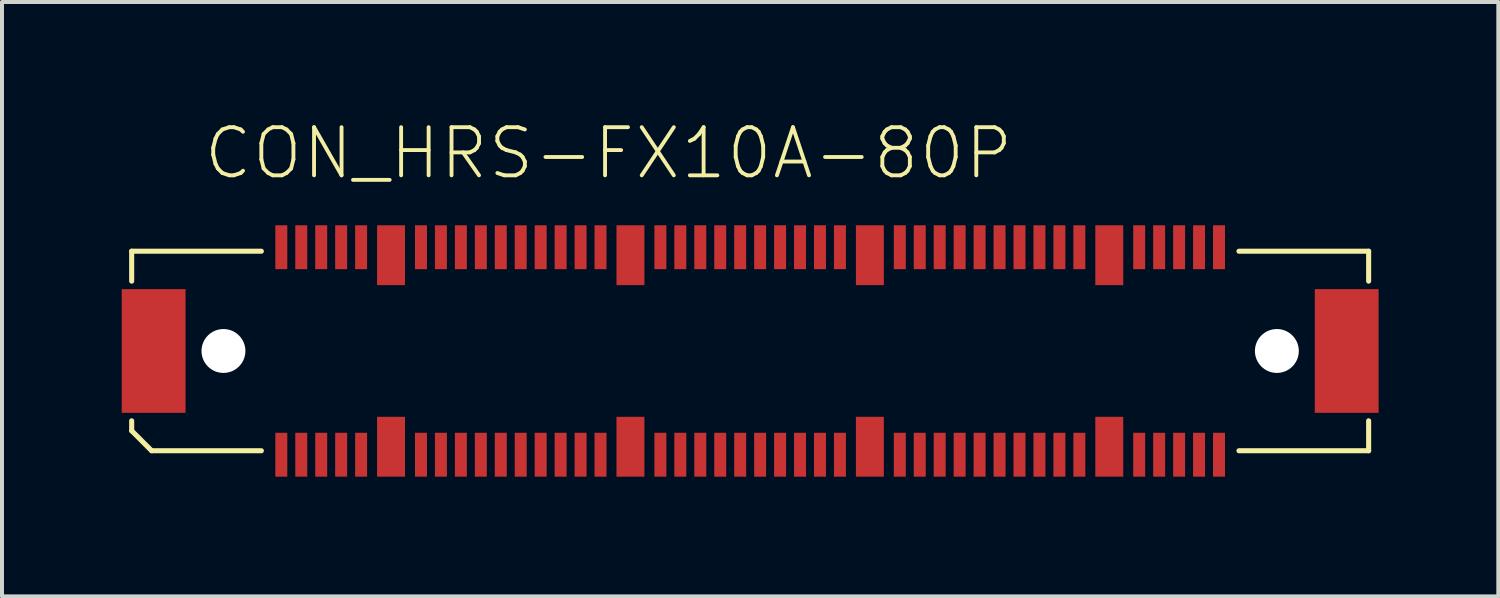
<source format=kicad_pcb>
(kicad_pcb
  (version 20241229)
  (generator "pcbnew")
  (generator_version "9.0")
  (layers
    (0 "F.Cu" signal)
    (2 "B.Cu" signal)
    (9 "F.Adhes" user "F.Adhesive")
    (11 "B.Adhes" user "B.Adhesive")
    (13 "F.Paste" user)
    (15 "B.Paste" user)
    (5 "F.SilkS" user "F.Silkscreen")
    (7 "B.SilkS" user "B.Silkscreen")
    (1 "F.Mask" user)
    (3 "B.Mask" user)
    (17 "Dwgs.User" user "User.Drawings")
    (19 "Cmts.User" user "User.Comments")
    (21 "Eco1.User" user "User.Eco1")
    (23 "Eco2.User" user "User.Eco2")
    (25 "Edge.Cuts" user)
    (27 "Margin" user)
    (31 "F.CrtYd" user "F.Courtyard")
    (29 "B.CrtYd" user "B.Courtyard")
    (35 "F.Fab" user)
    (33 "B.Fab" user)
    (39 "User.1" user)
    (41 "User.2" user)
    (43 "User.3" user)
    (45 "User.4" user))
  (footprint "CON_HRS-FX10A-80P"
    (layer "F.Cu")
    (at 15.75 5.746)
    (property "Reference" "CON_HRS-FX10A-80P" (at -13.75 -4.25 0) (layer "F.SilkS") (effects (font (size 1.206 1.206) (thickness 0.097)) (justify left bottom)))
    (attr through_hole)
    (fp_line (start -15.5 -1.75) (end -15.5 -2.5) (stroke (width 0.127) (type solid)) (layer "F.SilkS"))
    (fp_line (start -15.5 2) (end -15.5 1.75) (stroke (width 0.127) (type solid)) (layer "F.SilkS"))
    (fp_line (start -15 2.5) (end -15.5 2) (stroke (width 0.127) (type solid)) (layer "F.SilkS"))
    (fp_line (start -12.25 -2.5) (end -15.5 -2.5) (stroke (width 0.127) (type solid)) (layer "F.SilkS"))
    (fp_line (start -12.25 2.5) (end -15 2.5) (stroke (width 0.127) (type solid)) (layer "F.SilkS"))
    (fp_line (start 12.25 -2.5) (end 15.5 -2.5) (stroke (width 0.127) (type solid)) (layer "F.SilkS"))
    (fp_line (start 12.25 2.5) (end 15.5 2.5) (stroke (width 0.127) (type solid)) (layer "F.SilkS"))
    (fp_line (start 15.5 -2.5) (end 15.5 -1.75) (stroke (width 0.127) (type solid)) (layer "F.SilkS"))
    (fp_line (start 15.5 2.5) (end 15.5 1.75) (stroke (width 0.127) (type solid)) (layer "F.SilkS"))
    (pad "" np_thru_hole circle (at -13.2 0) (size 1.1 1.1) (drill 1.1) (layers "*.Cu" "*.Mask"))
    (pad "" np_thru_hole circle (at 13.2 0) (size 1.1 1.1) (drill 1.1) (layers "*.Cu" "*.Mask"))
    (pad "P$1" smd rect (at -11.75 2.6 90) (size 1.1 0.3) (layers "F.Cu" "F.Mask" "F.Paste"))
    (pad "P$2" smd rect (at -11.75 -2.6 90) (size 1.1 0.3) (layers "F.Cu" "F.Mask" "F.Paste"))
    (pad "P$3" smd rect (at -11.25 2.6 90) (size 1.1 0.3) (layers "F.Cu" "F.Mask" "F.Paste"))
    (pad "P$4" smd rect (at -11.25 -2.6 90) (size 1.1 0.3) (layers "F.Cu" "F.Mask" "F.Paste"))
    (pad "P$5" smd rect (at -10.75 2.6 90) (size 1.1 0.3) (layers "F.Cu" "F.Mask" "F.Paste"))
    (pad "P$6" smd rect (at -10.75 -2.6 90) (size 1.1 0.3) (layers "F.Cu" "F.Mask" "F.Paste"))
    (pad "P$7" smd rect (at -10.25 2.6 90) (size 1.1 0.3) (layers "F.Cu" "F.Mask" "F.Paste"))
    (pad "P$8" smd rect (at -10.25 -2.6 90) (size 1.1 0.3) (layers "F.Cu" "F.Mask" "F.Paste"))
    (pad "P$9" smd rect (at -9.75 2.6 90) (size 1.1 0.3) (layers "F.Cu" "F.Mask" "F.Paste"))
    (pad "P$10" smd rect (at -9.75 -2.6 90) (size 1.1 0.3) (layers "F.Cu" "F.Mask" "F.Paste"))
    (pad "P$11" smd rect (at -8.25 2.6 90) (size 1.1 0.3) (layers "F.Cu" "F.Mask" "F.Paste"))
    (pad "P$12" smd rect (at -8.25 -2.6 90) (size 1.1 0.3) (layers "F.Cu" "F.Mask" "F.Paste"))
    (pad "P$13" smd rect (at -7.75 2.6 90) (size 1.1 0.3) (layers "F.Cu" "F.Mask" "F.Paste"))
    (pad "P$14" smd rect (at -7.75 -2.6 90) (size 1.1 0.3) (layers "F.Cu" "F.Mask" "F.Paste"))
    (pad "P$15" smd rect (at -7.25 2.6 90) (size 1.1 0.3) (layers "F.Cu" "F.Mask" "F.Paste"))
    (pad "P$16" smd rect (at -7.25 -2.6 90) (size 1.1 0.3) (layers "F.Cu" "F.Mask" "F.Paste"))
    (pad "P$17" smd rect (at -6.75 2.6 90) (size 1.1 0.3) (layers "F.Cu" "F.Mask" "F.Paste"))
    (pad "P$18" smd rect (at -6.75 -2.6 90) (size 1.1 0.3) (layers "F.Cu" "F.Mask" "F.Paste"))
    (pad "P$19" smd rect (at -6.25 2.6 90) (size 1.1 0.3) (layers "F.Cu" "F.Mask" "F.Paste"))
    (pad "P$20" smd rect (at -6.25 -2.6 90) (size 1.1 0.3) (layers "F.Cu" "F.Mask" "F.Paste"))
    (pad "P$21" smd rect (at -5.75 2.6 90) (size 1.1 0.3) (layers "F.Cu" "F.Mask" "F.Paste"))
    (pad "P$22" smd rect (at -5.75 -2.6 90) (size 1.1 0.3) (layers "F.Cu" "F.Mask" "F.Paste"))
    (pad "P$23" smd rect (at -5.25 2.6 90) (size 1.1 0.3) (layers "F.Cu" "F.Mask" "F.Paste"))
    (pad "P$24" smd rect (at -5.25 -2.6 90) (size 1.1 0.3) (layers "F.Cu" "F.Mask" "F.Paste"))
    (pad "P$25" smd rect (at -4.75 2.6 90) (size 1.1 0.3) (layers "F.Cu" "F.Mask" "F.Paste"))
    (pad "P$26" smd rect (at -4.75 -2.6 90) (size 1.1 0.3) (layers "F.Cu" "F.Mask" "F.Paste"))
    (pad "P$27" smd rect (at -4.25 2.6 90) (size 1.1 0.3) (layers "F.Cu" "F.Mask" "F.Paste"))
    (pad "P$28" smd rect (at -4.25 -2.6 90) (size 1.1 0.3) (layers "F.Cu" "F.Mask" "F.Paste"))
    (pad "P$29" smd rect (at -3.75 2.6 90) (size 1.1 0.3) (layers "F.Cu" "F.Mask" "F.Paste"))
    (pad "P$30" smd rect (at -3.75 -2.6 90) (size 1.1 0.3) (layers "F.Cu" "F.Mask" "F.Paste"))
    (pad "P$31" smd rect (at -2.25 2.6 90) (size 1.1 0.3) (layers "F.Cu" "F.Mask" "F.Paste"))
    (pad "P$32" smd rect (at -2.25 -2.6 90) (size 1.1 0.3) (layers "F.Cu" "F.Mask" "F.Paste"))
    (pad "P$33" smd rect (at -1.75 2.6 90) (size 1.1 0.3) (layers "F.Cu" "F.Mask" "F.Paste"))
    (pad "P$34" smd rect (at -1.75 -2.6 90) (size 1.1 0.3) (layers "F.Cu" "F.Mask" "F.Paste"))
    (pad "P$35" smd rect (at -1.25 2.6 90) (size 1.1 0.3) (layers "F.Cu" "F.Mask" "F.Paste"))
    (pad "P$36" smd rect (at -1.25 -2.6 90) (size 1.1 0.3) (layers "F.Cu" "F.Mask" "F.Paste"))
    (pad "P$37" smd rect (at -0.75 2.6 90) (size 1.1 0.3) (layers "F.Cu" "F.Mask" "F.Paste"))
    (pad "P$38" smd rect (at -0.75 -2.6 90) (size 1.1 0.3) (layers "F.Cu" "F.Mask" "F.Paste"))
    (pad "P$39" smd rect (at -0.25 2.6 90) (size 1.1 0.3) (layers "F.Cu" "F.Mask" "F.Paste"))
    (pad "P$40" smd rect (at -0.25 -2.6 90) (size 1.1 0.3) (layers "F.Cu" "F.Mask" "F.Paste"))
    (pad "P$41" smd rect (at 0.25 2.6 90) (size 1.1 0.3) (layers "F.Cu" "F.Mask" "F.Paste"))
    (pad "P$42" smd rect (at 0.25 -2.6 90) (size 1.1 0.3) (layers "F.Cu" "F.Mask" "F.Paste"))
    (pad "P$43" smd rect (at 0.75 2.6 90) (size 1.1 0.3) (layers "F.Cu" "F.Mask" "F.Paste"))
    (pad "P$44" smd rect (at 0.75 -2.6 90) (size 1.1 0.3) (layers "F.Cu" "F.Mask" "F.Paste"))
    (pad "P$45" smd rect (at 1.25 2.6 90) (size 1.1 0.3) (layers "F.Cu" "F.Mask" "F.Paste"))
    (pad "P$46" smd rect (at 1.25 -2.6 90) (size 1.1 0.3) (layers "F.Cu" "F.Mask" "F.Paste"))
    (pad "P$47" smd rect (at 1.75 2.6 90) (size 1.1 0.3) (layers "F.Cu" "F.Mask" "F.Paste"))
    (pad "P$48" smd rect (at 1.75 -2.6 90) (size 1.1 0.3) (layers "F.Cu" "F.Mask" "F.Paste"))
    (pad "P$49" smd rect (at 2.25 2.6 90) (size 1.1 0.3) (layers "F.Cu" "F.Mask" "F.Paste"))
    (pad "P$50" smd rect (at 2.25 -2.6 90) (size 1.1 0.3) (layers "F.Cu" "F.Mask" "F.Paste"))
    (pad "P$51" smd rect (at 3.75 2.6 90) (size 1.1 0.3) (layers "F.Cu" "F.Mask" "F.Paste"))
    (pad "P$52" smd rect (at 3.75 -2.6 90) (size 1.1 0.3) (layers "F.Cu" "F.Mask" "F.Paste"))
    (pad "P$53" smd rect (at 4.25 2.6 90) (size 1.1 0.3) (layers "F.Cu" "F.Mask" "F.Paste"))
    (pad "P$54" smd rect (at 4.25 -2.6 90) (size 1.1 0.3) (layers "F.Cu" "F.Mask" "F.Paste"))
    (pad "P$55" smd rect (at 4.75 2.6 90) (size 1.1 0.3) (layers "F.Cu" "F.Mask" "F.Paste"))
    (pad "P$56" smd rect (at 4.75 -2.6 90) (size 1.1 0.3) (layers "F.Cu" "F.Mask" "F.Paste"))
    (pad "P$57" smd rect (at 5.25 2.6 90) (size 1.1 0.3) (layers "F.Cu" "F.Mask" "F.Paste"))
    (pad "P$58" smd rect (at 5.25 -2.6 90) (size 1.1 0.3) (layers "F.Cu" "F.Mask" "F.Paste"))
    (pad "P$59" smd rect (at 5.75 2.6 90) (size 1.1 0.3) (layers "F.Cu" "F.Mask" "F.Paste"))
    (pad "P$60" smd rect (at 5.75 -2.6 90) (size 1.1 0.3) (layers "F.Cu" "F.Mask" "F.Paste"))
    (pad "P$61" smd rect (at 6.25 2.6 90) (size 1.1 0.3) (layers "F.Cu" "F.Mask" "F.Paste"))
    (pad "P$62" smd rect (at 6.25 -2.6 90) (size 1.1 0.3) (layers "F.Cu" "F.Mask" "F.Paste"))
    (pad "P$63" smd rect (at 6.75 2.6 90) (size 1.1 0.3) (layers "F.Cu" "F.Mask" "F.Paste"))
    (pad "P$64" smd rect (at 6.75 -2.6 90) (size 1.1 0.3) (layers "F.Cu" "F.Mask" "F.Paste"))
    (pad "P$65" smd rect (at 7.25 2.6 90) (size 1.1 0.3) (layers "F.Cu" "F.Mask" "F.Paste"))
    (pad "P$66" smd rect (at 7.25 -2.6 90) (size 1.1 0.3) (layers "F.Cu" "F.Mask" "F.Paste"))
    (pad "P$67" smd rect (at 7.75 2.6 90) (size 1.1 0.3) (layers "F.Cu" "F.Mask" "F.Paste"))
    (pad "P$68" smd rect (at 7.75 -2.6 90) (size 1.1 0.3) (layers "F.Cu" "F.Mask" "F.Paste"))
    (pad "P$69" smd rect (at 8.25 2.6 90) (size 1.1 0.3) (layers "F.Cu" "F.Mask" "F.Paste"))
    (pad "P$70" smd rect (at 8.25 -2.6 90) (size 1.1 0.3) (layers "F.Cu" "F.Mask" "F.Paste"))
    (pad "P$71" smd rect (at 9.75 2.6 90) (size 1.1 0.3) (layers "F.Cu" "F.Mask" "F.Paste"))
    (pad "P$72" smd rect (at 9.75 -2.6 90) (size 1.1 0.3) (layers "F.Cu" "F.Mask" "F.Paste"))
    (pad "P$73" smd rect (at 10.25 2.6 90) (size 1.1 0.3) (layers "F.Cu" "F.Mask" "F.Paste"))
    (pad "P$74" smd rect (at 10.25 -2.6 90) (size 1.1 0.3) (layers "F.Cu" "F.Mask" "F.Paste"))
    (pad "P$75" smd rect (at 10.75 2.6 90) (size 1.1 0.3) (layers "F.Cu" "F.Mask" "F.Paste"))
    (pad "P$76" smd rect (at 10.75 -2.6 90) (size 1.1 0.3) (layers "F.Cu" "F.Mask" "F.Paste"))
    (pad "P$77" smd rect (at 11.25 2.6 90) (size 1.1 0.3) (layers "F.Cu" "F.Mask" "F.Paste"))
    (pad "P$78" smd rect (at 11.25 -2.6 90) (size 1.1 0.3) (layers "F.Cu" "F.Mask" "F.Paste"))
    (pad "P$79" smd rect (at 11.75 2.6 90) (size 1.1 0.3) (layers "F.Cu" "F.Mask" "F.Paste"))
    (pad "P$80" smd rect (at 11.75 -2.6 90) (size 1.1 0.3) (layers "F.Cu" "F.Mask" "F.Paste"))
    (pad "P$G1" smd rect (at -9 2.4 90) (size 1.5 0.7) (layers "F.Cu" "F.Mask" "F.Paste"))
    (pad "P$G2" smd rect (at -9 -2.4 90) (size 1.5 0.7) (layers "F.Cu" "F.Mask" "F.Paste"))
    (pad "P$G3" smd rect (at -3 2.4 90) (size 1.5 0.7) (layers "F.Cu" "F.Mask" "F.Paste"))
    (pad "P$G4" smd rect (at -3 -2.4 90) (size 1.5 0.7) (layers "F.Cu" "F.Mask" "F.Paste"))
    (pad "P$G5" smd rect (at 3 2.4 90) (size 1.5 0.7) (layers "F.Cu" "F.Mask" "F.Paste"))
    (pad "P$G6" smd rect (at 3 -2.4 90) (size 1.5 0.7) (layers "F.Cu" "F.Mask" "F.Paste"))
    (pad "P$G7" smd rect (at 9 2.4 90) (size 1.5 0.7) (layers "F.Cu" "F.Mask" "F.Paste"))
    (pad "P$G8" smd rect (at 9 -2.4 90) (size 1.5 0.7) (layers "F.Cu" "F.Mask" "F.Paste"))
    (pad "P$GG1" smd rect (at -14.95 0) (size 1.6 3.1) (layers "F.Cu" "F.Mask" "F.Paste"))
    (pad "P$GG2" smd rect (at 14.95 0) (size 1.6 3.1) (layers "F.Cu" "F.Mask" "F.Paste")))
  (gr_rect
    (start -3 -3)
    (end 34.5 11.896)
    (stroke (width 0.1) (type default))
    (fill no)
    (layer "Edge.Cuts")))
</source>
